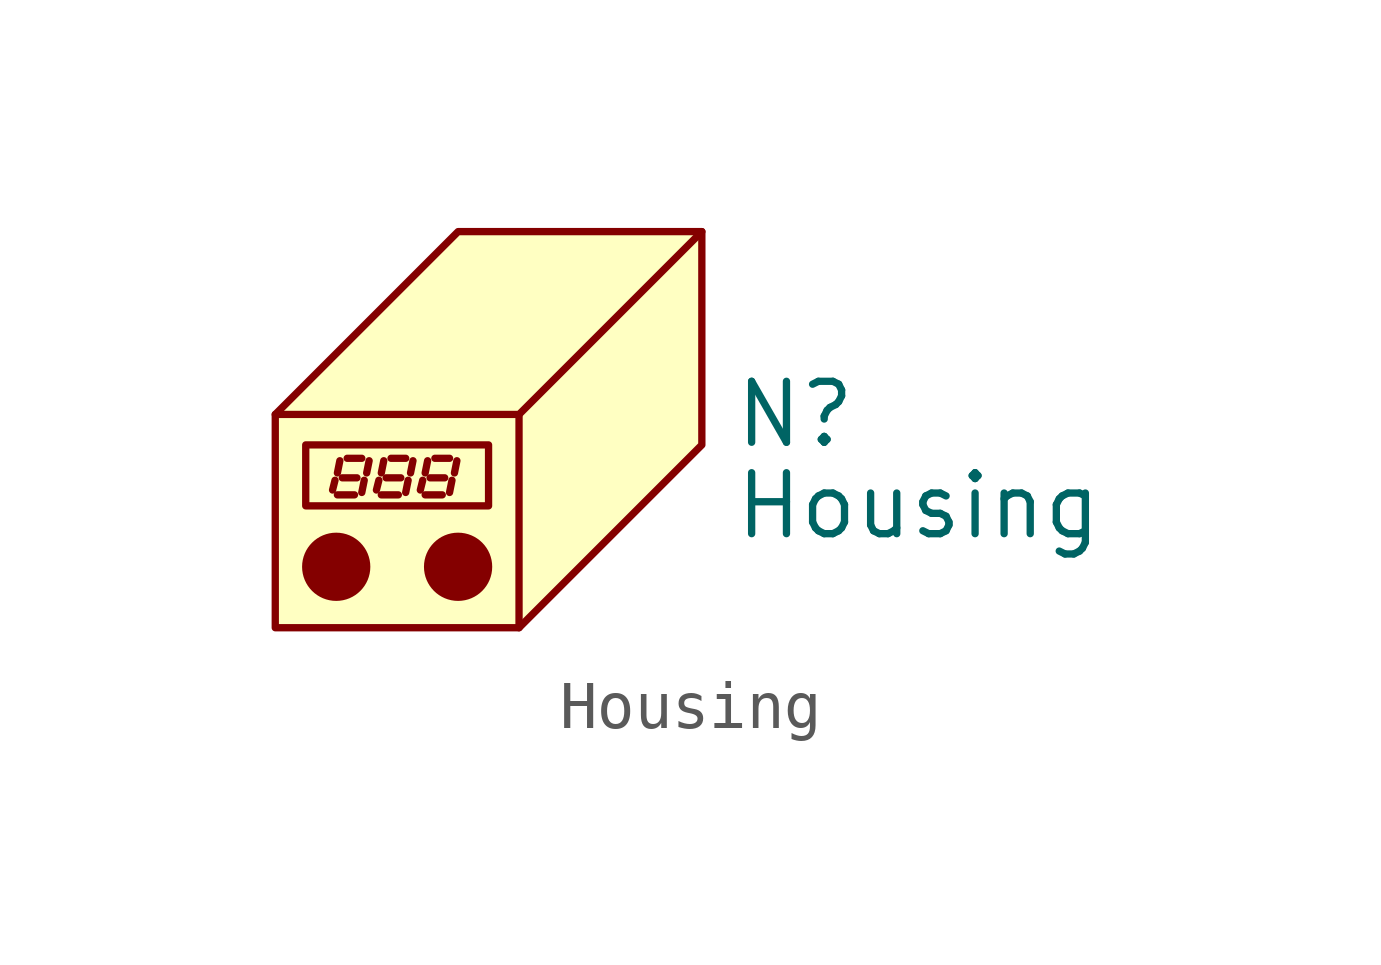
<source format=kicad_sym>
(kicad_symbol_lib
  (version 20241209)
  (generator "kicad_symbol_editor")
  (generator_version "9.0")
  (symbol "Housing"
    (pin_names
      (offset 1.016))
    (property "Reference" "N"
      (at 3.81 0 0)
      (effects (font (size 1.27 1.27)) (justify left)))
    (property "Value" "Housing"
      (at 3.81 -1.905 0)
      (effects (font (size 1.27 1.27)) (justify left)))
    (symbol "Housing_0_1"
      (polyline (pts (xy -5.715 0) (xy -0.635 0) (xy 3.175 3.81)) (stroke (width 0) (type default)) (fill (type none)))
      (polyline (pts (xy -5.715 0) (xy -5.715 -4.445) (xy -0.635 -4.445) (xy 3.175 -0.635) (xy 3.175 3.81) (xy -1.905 3.81) (xy -5.715 0)) (stroke (width 0) (type default)) (fill (type background)))
      (rectangle (start -5.08 -0.635) (end -1.27 -1.905) (stroke (width 0) (type default)) (fill (type none)))
      (polyline (pts (xy -4.521 -1.575) (xy -4.47 -1.372)) (stroke (width 0) (type default)) (fill (type none)))
      (circle (center -4.445 -3.175) (radius 0.635) (stroke (width 0) (type default)) (fill (type outline)))
      (polyline (pts (xy -4.42 -1.219) (xy -4.369 -0.965)) (stroke (width 0) (type default)) (fill (type none)))
      (polyline (pts (xy -4.42 -1.676) (xy -4.064 -1.676)) (stroke (width 0) (type default)) (fill (type none)))
      (polyline (pts (xy -4.318 -1.321) (xy -4.013 -1.321)) (stroke (width 0) (type default)) (fill (type none)))
      (polyline (pts (xy -4.216 -0.914) (xy -3.912 -0.914)) (stroke (width 0) (type default)) (fill (type none)))
      (polyline (pts (xy -3.912 -1.626) (xy -3.861 -1.372)) (stroke (width 0) (type default)) (fill (type none)))
      (polyline (pts (xy -3.81 -1.219) (xy -3.759 -0.965)) (stroke (width 0) (type default)) (fill (type none)))
      (polyline (pts (xy -3.607 -1.575) (xy -3.556 -1.372)) (stroke (width 0) (type default)) (fill (type none)))
      (polyline (pts (xy -3.505 -1.219) (xy -3.454 -0.965)) (stroke (width 0) (type default)) (fill (type none)))
      (polyline (pts (xy -3.505 -1.676) (xy -3.15 -1.676)) (stroke (width 0) (type default)) (fill (type none)))
      (polyline (pts (xy -3.404 -1.321) (xy -3.099 -1.321)) (stroke (width 0) (type default)) (fill (type none)))
      (polyline (pts (xy -3.302 -0.914) (xy -2.997 -0.914)) (stroke (width 0) (type default)) (fill (type none)))
      (polyline (pts (xy -2.997 -1.626) (xy -2.946 -1.372)) (stroke (width 0) (type default)) (fill (type none)))
      (polyline (pts (xy -2.896 -1.219) (xy -2.845 -0.965)) (stroke (width 0) (type default)) (fill (type none)))
      (polyline (pts (xy -2.692 -1.575) (xy -2.642 -1.372)) (stroke (width 0) (type default)) (fill (type none)))
      (polyline (pts (xy -2.591 -1.219) (xy -2.54 -0.965)) (stroke (width 0) (type default)) (fill (type none)))
      (polyline (pts (xy -2.591 -1.676) (xy -2.235 -1.676)) (stroke (width 0) (type default)) (fill (type none)))
      (polyline (pts (xy -2.489 -1.321) (xy -2.184 -1.321)) (stroke (width 0) (type default)) (fill (type none)))
      (polyline (pts (xy -2.388 -0.914) (xy -2.083 -0.914)) (stroke (width 0) (type default)) (fill (type none)))
      (polyline (pts (xy -2.083 -1.626) (xy -2.032 -1.372)) (stroke (width 0) (type default)) (fill (type none)))
      (polyline (pts (xy -1.981 -1.219) (xy -1.93 -0.965)) (stroke (width 0) (type default)) (fill (type none)))
      (circle (center -1.905 -3.175) (radius 0.635) (stroke (width 0) (type default)) (fill (type outline)))
      (polyline (pts (xy -0.635 0) (xy -0.635 -4.445)) (stroke (width 0) (type default)) (fill (type none))))))
</source>
